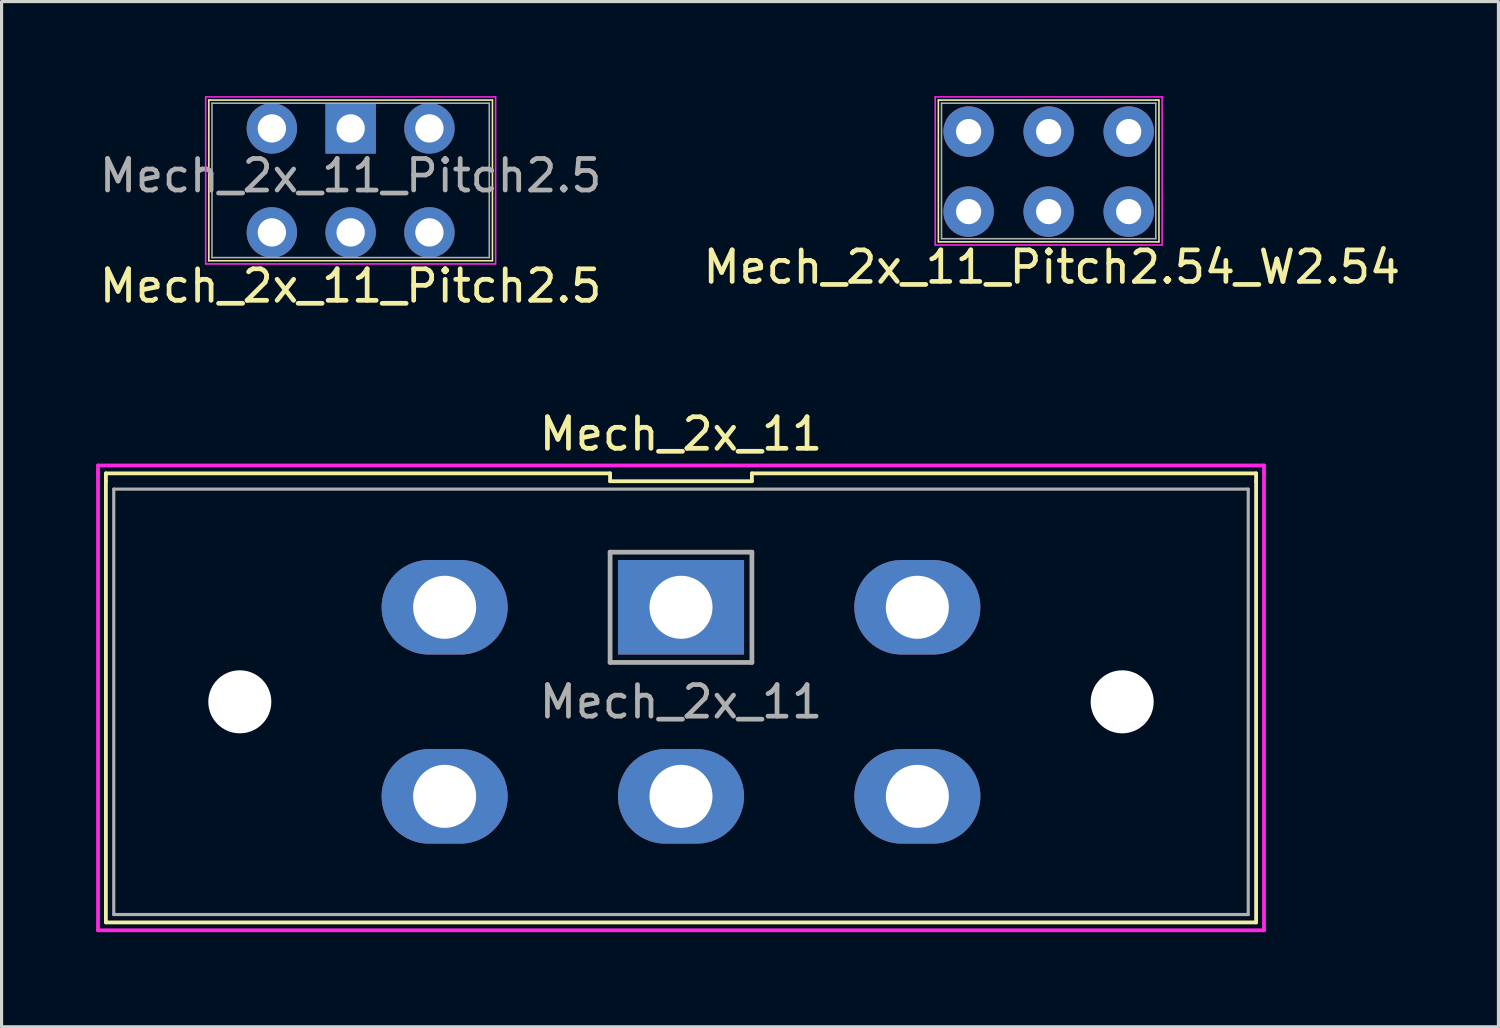
<source format=kicad_pcb>
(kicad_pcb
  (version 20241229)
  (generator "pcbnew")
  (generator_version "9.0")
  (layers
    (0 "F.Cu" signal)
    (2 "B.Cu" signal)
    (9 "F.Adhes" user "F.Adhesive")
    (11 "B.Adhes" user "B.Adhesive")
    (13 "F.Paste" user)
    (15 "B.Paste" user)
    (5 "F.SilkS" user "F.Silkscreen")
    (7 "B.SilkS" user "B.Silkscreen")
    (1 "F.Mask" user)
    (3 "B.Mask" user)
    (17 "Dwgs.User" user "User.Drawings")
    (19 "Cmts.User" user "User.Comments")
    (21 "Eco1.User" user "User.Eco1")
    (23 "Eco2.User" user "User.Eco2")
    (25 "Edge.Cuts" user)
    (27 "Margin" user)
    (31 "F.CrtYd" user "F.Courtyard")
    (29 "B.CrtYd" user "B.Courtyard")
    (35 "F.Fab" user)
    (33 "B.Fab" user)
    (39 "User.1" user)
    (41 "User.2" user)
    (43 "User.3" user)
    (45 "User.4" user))
  (footprint "Mech_2x_11_Pitch2.54_W2.54"
    (layer "F.Cu")
    (at 30.227 1.125)
    (property "Reference" "Mech_2x_11_Pitch2.54_W2.54" (at 0.1 4.3 0) (layer "F.SilkS") (effects (font (size 1 1) (thickness 0.15))))
    (attr through_hole)
    (fp_line (start -3.5 -1) (end 3.4 -1) (stroke (width 0.05) (type solid)) (layer "F.SilkS"))
    (fp_line (start -3.5 3.5) (end -3.5 -1) (stroke (width 0.05) (type solid)) (layer "F.SilkS"))
    (fp_line (start 3.4 -1) (end 3.5 -1) (stroke (width 0.05) (type solid)) (layer "F.SilkS"))
    (fp_line (start 3.5 -1) (end 3.5 3.5) (stroke (width 0.05) (type solid)) (layer "F.SilkS"))
    (fp_line (start 3.5 3.5) (end -3.5 3.5) (stroke (width 0.05) (type solid)) (layer "F.SilkS"))
    (fp_line (start -3.6 -1.1) (end 3.6 -1.1) (stroke (width 0.05) (type solid)) (layer "F.CrtYd"))
    (fp_line (start -3.6 3.6) (end -3.6 -1.1) (stroke (width 0.05) (type solid)) (layer "F.CrtYd"))
    (fp_line (start 3.6 -1.1) (end 3.6 3.6) (stroke (width 0.05) (type solid)) (layer "F.CrtYd"))
    (fp_line (start 3.6 3.6) (end -3.6 3.6) (stroke (width 0.05) (type solid)) (layer "F.CrtYd"))
    (fp_line (start -3.4 -0.9) (end 3.4 -0.9) (stroke (width 0.05) (type solid)) (layer "F.Fab"))
    (fp_line (start -3.4 3.4) (end -3.4 -0.9) (stroke (width 0.05) (type solid)) (layer "F.Fab"))
    (fp_line (start 3.4 -0.9) (end 3.4 3.4) (stroke (width 0.05) (type solid)) (layer "F.Fab"))
    (fp_line (start 3.4 3.4) (end -3.4 3.4) (stroke (width 0.05) (type solid)) (layer "F.Fab"))
    (pad "1" thru_hole circle (at 0 0) (size 1.6 1.6) (drill 0.8) (layers "*.Cu" "*.Mask"))
    (pad "1a" thru_hole circle (at -2.54 0) (size 1.6 1.6) (drill 0.8) (layers "*.Cu" "*.Mask"))
    (pad "1b" thru_hole circle (at 2.54 0) (size 1.6 1.6) (drill 0.8) (layers "*.Cu" "*.Mask"))
    (pad "2" thru_hole circle (at 0 2.54) (size 1.6 1.6) (drill 0.8) (layers "*.Cu" "*.Mask"))
    (pad "2a" thru_hole circle (at -2.54 2.54) (size 1.6 1.6) (drill 0.8) (layers "*.Cu" "*.Mask"))
    (pad "2b" thru_hole circle (at 2.54 2.54) (size 1.6 1.6) (drill 0.8) (layers "*.Cu" "*.Mask")))
  (footprint "Mech_2x_11"
    (layer "F.Cu")
    (at 18.56 16.221)
    (property "Reference" "Mech_2x_11" (at 0 -5.5 0) (layer "F.SilkS") (effects (font (size 1 1) (thickness 0.15))))
    (attr through_hole)
    (fp_line (start -18.25 -4.25) (end -18.25 -4) (stroke (width 0.12) (type solid)) (layer "F.SilkS"))
    (fp_line (start -18.25 10) (end -18.25 -4) (stroke (width 0.12) (type solid)) (layer "F.SilkS"))
    (fp_line (start -2.25 -4.25) (end -18.25 -4.25) (stroke (width 0.12) (type solid)) (layer "F.SilkS"))
    (fp_line (start -2.25 -4) (end -2.25 -4.25) (stroke (width 0.12) (type solid)) (layer "F.SilkS"))
    (fp_line (start 2.25 -4.25) (end 2.25 -4) (stroke (width 0.12) (type solid)) (layer "F.SilkS"))
    (fp_line (start 2.25 -4) (end -2.25 -4) (stroke (width 0.12) (type solid)) (layer "F.SilkS"))
    (fp_line (start 18.25 -4.25) (end 2.25 -4.25) (stroke (width 0.12) (type solid)) (layer "F.SilkS"))
    (fp_line (start 18.25 -4) (end 18.25 -4.25) (stroke (width 0.12) (type solid)) (layer "F.SilkS"))
    (fp_line (start 18.25 -4) (end 18.25 10) (stroke (width 0.12) (type solid)) (layer "F.SilkS"))
    (fp_line (start 18.25 10) (end -18.25 10) (stroke (width 0.12) (type solid)) (layer "F.SilkS"))
    (fp_line (start -18.5 -4.5) (end 18.5 -4.5) (stroke (width 0.12) (type solid)) (layer "F.CrtYd"))
    (fp_line (start -18.5 -4.25) (end -18.5 -4.5) (stroke (width 0.12) (type solid)) (layer "F.CrtYd"))
    (fp_line (start -18.5 10.25) (end -18.5 -4.25) (stroke (width 0.12) (type solid)) (layer "F.CrtYd"))
    (fp_line (start 18.5 -4.5) (end 18.5 -4.25) (stroke (width 0.12) (type solid)) (layer "F.CrtYd"))
    (fp_line (start 18.5 -4.25) (end 18.5 10.25) (stroke (width 0.12) (type solid)) (layer "F.CrtYd"))
    (fp_line (start 18.5 10.25) (end -18.5 10.25) (stroke (width 0.12) (type solid)) (layer "F.CrtYd"))
    (fp_line (start -18 -3.75) (end 18 -3.75) (stroke (width 0.1) (type solid)) (layer "F.Fab"))
    (fp_line (start -18 9.75) (end -18 -3.75) (stroke (width 0.1) (type solid)) (layer "F.Fab"))
    (fp_line (start -2.25 -1.75) (end 2.25 -1.75) (stroke (width 0.15) (type solid)) (layer "F.Fab"))
    (fp_line (start -2.25 1.75) (end -2.25 -1.75) (stroke (width 0.15) (type solid)) (layer "F.Fab"))
    (fp_line (start 2.25 -1.75) (end 2.25 1.75) (stroke (width 0.15) (type solid)) (layer "F.Fab"))
    (fp_line (start 2.25 1.75) (end -2.25 1.75) (stroke (width 0.15) (type solid)) (layer "F.Fab"))
    (fp_line (start 18 -3.75) (end 18 9.75) (stroke (width 0.1) (type solid)) (layer "F.Fab"))
    (fp_line (start 18 9.75) (end -18 9.75) (stroke (width 0.1) (type solid)) (layer "F.Fab"))
    (fp_text user "${REFERENCE}" (at 0 3 0) (layer "F.Fab") (effects (font (size 1 1) (thickness 0.15))))
    (pad "" np_thru_hole circle (at -14 3) (size 2 2) (drill 2) (layers "*.Cu" "*.Mask"))
    (pad "" np_thru_hole circle (at 14 3) (size 2 2) (drill 2) (layers "*.Cu" "*.Mask"))
    (pad "1" thru_hole rect (at 0 0) (size 4 3) (drill 2) (layers "*.Cu" "*.Mask"))
    (pad "1a" thru_hole oval (at -7.5 0) (size 4 3) (drill 2) (layers "*.Cu" "*.Mask"))
    (pad "1b" thru_hole oval (at 7.5 0) (size 4 3) (drill 2) (layers "*.Cu" "*.Mask"))
    (pad "2" thru_hole oval (at 0 6) (size 4 3) (drill 2) (layers "*.Cu" "*.Mask"))
    (pad "2a" thru_hole oval (at -7.5 6) (size 4 3) (drill 2) (layers "*.Cu" "*.Mask"))
    (pad "2b" thru_hole oval (at 7.5 6) (size 4 3) (drill 2) (layers "*.Cu" "*.Mask")))
  (footprint "Mech_2x_11_Pitch2.5"
    (layer "F.Cu")
    (at 8.077 1.025)
    (property "Reference" "Mech_2x_11_Pitch2.5" (at 0 5 0) (layer "F.SilkS") (effects (font (size 1 1) (thickness 0.15))))
    (attr through_hole)
    (fp_line (start -4.5 -0.9) (end 4.5 -0.9) (stroke (width 0.05) (type solid)) (layer "F.SilkS"))
    (fp_line (start -4.5 4.2) (end -4.5 -0.9) (stroke (width 0.05) (type solid)) (layer "F.SilkS"))
    (fp_line (start 4.5 -0.9) (end 4.5 4.2) (stroke (width 0.05) (type solid)) (layer "F.SilkS"))
    (fp_line (start 4.5 4.2) (end -4.5 4.2) (stroke (width 0.05) (type solid)) (layer "F.SilkS"))
    (fp_line (start -4.6 -1) (end 4.6 -1) (stroke (width 0.05) (type solid)) (layer "F.CrtYd"))
    (fp_line (start -4.6 4.3) (end -4.6 -1) (stroke (width 0.05) (type solid)) (layer "F.CrtYd"))
    (fp_line (start 4.6 -1) (end 4.6 4.3) (stroke (width 0.05) (type solid)) (layer "F.CrtYd"))
    (fp_line (start 4.6 4.3) (end -4.6 4.3) (stroke (width 0.05) (type solid)) (layer "F.CrtYd"))
    (fp_line (start -4.4 -0.8) (end 4.4 -0.8) (stroke (width 0.05) (type solid)) (layer "F.Fab"))
    (fp_line (start -4.4 4.1) (end -4.4 -0.8) (stroke (width 0.05) (type solid)) (layer "F.Fab"))
    (fp_line (start 4.4 -0.8) (end 4.4 4.1) (stroke (width 0.05) (type solid)) (layer "F.Fab"))
    (fp_line (start 4.4 4.1) (end -4.4 4.1) (stroke (width 0.05) (type solid)) (layer "F.Fab"))
    (fp_text user "${REFERENCE}" (at 0 1.5 0) (layer "F.Fab") (effects (font (size 1 1) (thickness 0.15))))
    (pad "1" thru_hole rect (at 0 0) (size 1.6 1.6) (drill 0.9) (layers "*.Cu" "*.Mask"))
    (pad "1a" thru_hole circle (at -2.5 0) (size 1.6 1.6) (drill 0.9) (layers "*.Cu" "*.Mask"))
    (pad "1b" thru_hole circle (at 2.5 0) (size 1.6 1.6) (drill 0.9) (layers "*.Cu" "*.Mask"))
    (pad "2" thru_hole circle (at 0 3.3) (size 1.6 1.6) (drill 0.9) (layers "*.Cu" "*.Mask"))
    (pad "2a" thru_hole circle (at -2.5 3.3) (size 1.6 1.6) (drill 0.9) (layers "*.Cu" "*.Mask"))
    (pad "2b" thru_hole circle (at 2.5 3.3) (size 1.6 1.6) (drill 0.9) (layers "*.Cu" "*.Mask")))
  (gr_rect
    (start -3 -3)
    (end 44.5 29.532)
    (stroke (width 0.1) (type default))
    (fill no)
    (layer "Edge.Cuts")))
</source>
